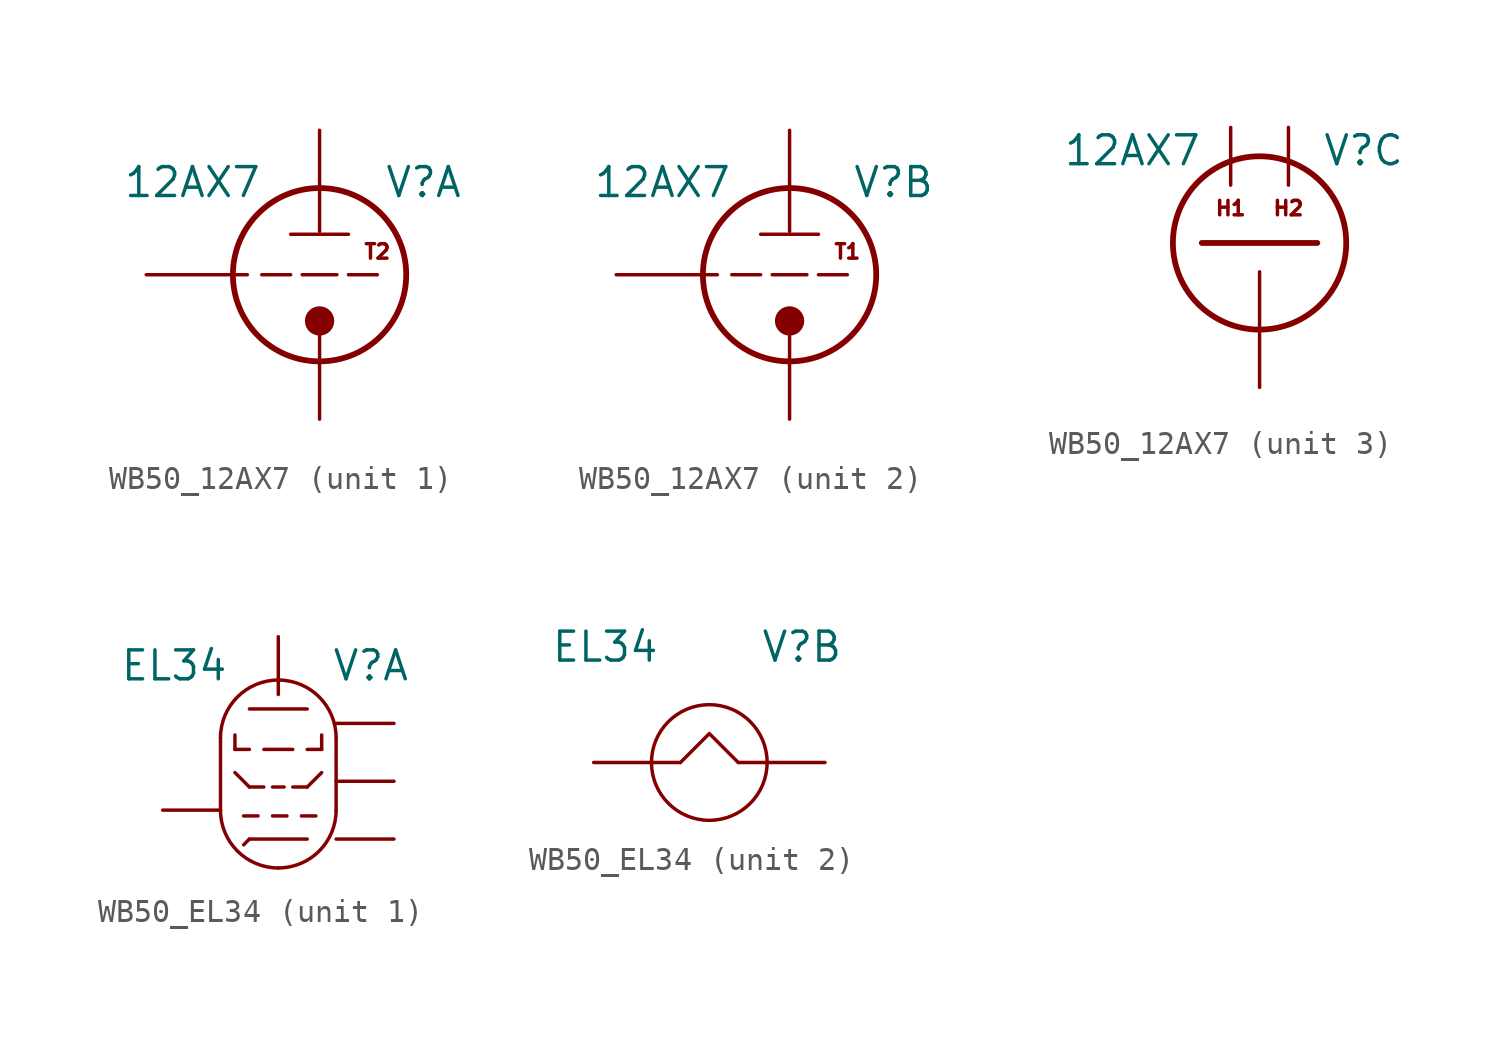
<source format=kicad_sym>
(kicad_symbol_lib
  (version 20241209)
  (generator "kicad_symbol_editor")
  (generator_version "9.0")
  (symbol "WB50_12AX7"
    (pin_numbers
      (hide yes))
    (pin_names
      (offset 1.016)
      (hide yes))
    (property "Reference" "V"
      (at 4.572 4.064 0)
      (do_not_autoplace)
      (effects (font (size 1.27 1.27))))
    (property "Value" "12AX7"
      (at -5.588 4.064 0)
      (do_not_autoplace)
      (effects (font (size 1.27 1.27))))
    (property "ki_locked" ""
      (at 0 0 0)
      (effects (font (size 1.27 1.27))))
    (symbol "WB50_12AX7_0_1"
      (circle (center 0 0) (radius 3.81) (stroke (width 0.254) (type default)) (fill (type none))))
    (symbol "WB50_12AX7_1_1"
      (polyline (pts (xy -3.81 0) (xy -3.175 0)) (stroke (width 0) (type default)) (fill (type none)))
      (polyline (pts (xy -2.54 0) (xy -1.27 0)) (stroke (width 0) (type default)) (fill (type none)))
      (polyline (pts (xy -1.27 1.778) (xy 1.27 1.778)) (stroke (width 0) (type default)) (fill (type none)))
      (polyline (pts (xy -0.762 0) (xy 0.762 0)) (stroke (width 0) (type default)) (fill (type none)))
      (polyline (pts (xy 0 1.905) (xy 0 3.81)) (stroke (width 0) (type default)) (fill (type none)))
      (circle (center 0 -2.032) (radius 0.568) (stroke (width 0) (type default)) (fill (type outline)))
      (polyline (pts (xy 0 -2.54) (xy 0 -3.81)) (stroke (width 0) (type default)) (fill (type none)))
      (polyline (pts (xy 1.27 0) (xy 2.54 0)) (stroke (width 0) (type default)) (fill (type none)))
      (text "T2" (at 2.54 1.016 0) (effects (font (size 0.635 0.635))))
      (pin passive line (at -7.62 0 0) (length 3.81) (name "G" (effects (font (size 1.27 1.27)))) (number "2" (effects (font (size 1.27 1.27)))))
      (pin passive line (at 0 6.35 270) (length 2.54) (name "A/P" (effects (font (size 1.27 1.27)))) (number "1" (effects (font (size 1.27 1.27)))))
      (pin passive line (at 0 -6.35 90) (length 2.54) (name "C/K" (effects (font (size 1.27 1.27)))) (number "3" (effects (font (size 1.27 1.27))))))
    (symbol "WB50_12AX7_2_1"
      (polyline (pts (xy -3.81 0) (xy -3.175 0)) (stroke (width 0) (type default)) (fill (type none)))
      (polyline (pts (xy -2.54 0) (xy -1.27 0)) (stroke (width 0) (type default)) (fill (type none)))
      (polyline (pts (xy -1.27 1.778) (xy 1.27 1.778)) (stroke (width 0) (type default)) (fill (type none)))
      (polyline (pts (xy -0.762 0) (xy 0.762 0)) (stroke (width 0) (type default)) (fill (type none)))
      (polyline (pts (xy 0 1.905) (xy 0 3.81)) (stroke (width 0) (type default)) (fill (type none)))
      (circle (center 0 -2.032) (radius 0.568) (stroke (width 0) (type default)) (fill (type outline)))
      (polyline (pts (xy 0 -2.54) (xy 0 -3.81)) (stroke (width 0) (type default)) (fill (type none)))
      (polyline (pts (xy 1.27 0) (xy 2.54 0)) (stroke (width 0) (type default)) (fill (type none)))
      (text "T1\n" (at 2.54 1.016 0) (effects (font (size 0.635 0.635))))
      (pin passive line (at -7.62 0 0) (length 3.81) (name "G" (effects (font (size 1.27 1.27)))) (number "7" (effects (font (size 1.27 1.27)))))
      (pin passive line (at 0 6.35 270) (length 2.54) (name "A/P" (effects (font (size 1.27 1.27)))) (number "6" (effects (font (size 1.27 1.27)))))
      (pin passive line (at 0 -6.35 90) (length 2.54) (name "C/K" (effects (font (size 1.27 1.27)))) (number "8" (effects (font (size 1.27 1.27))))))
    (symbol "WB50_12AX7_3_1"
      (polyline (pts (xy -2.54 0) (xy 2.54 0)) (stroke (width 0.254) (type default)) (fill (type none)))
      (text "H1" (at -1.27 1.524 0) (effects (font (size 0.635 0.635))))
      (text "H2" (at 1.27 1.524 0) (effects (font (size 0.635 0.635))))
      (pin passive line (at -1.27 5.08 270) (length 2.54) (name "H2" (effects (font (size 1.27 1.27)))) (number "5" (effects (font (size 1.27 1.27)))))
      (pin passive line (at 0 -6.35 90) (length 5.08) (name "CT" (effects (font (size 1.27 1.27)))) (number "9" (effects (font (size 1.27 1.27)))))
      (pin passive line (at 1.27 5.08 270) (length 2.54) (name "H1" (effects (font (size 1.27 1.27)))) (number "4" (effects (font (size 1.27 1.27)))))))
  (symbol "WB50_EL34"
    (pin_numbers
      (hide yes))
    (pin_names
      (offset 1.016)
      (hide yes))
    (property "Reference" "V"
      (at 4.064 5.08 0)
      (do_not_autoplace)
      (effects (font (size 1.27 1.27))))
    (property "Value" "EL34"
      (at -4.572 5.08 0)
      (do_not_autoplace)
      (effects (font (size 1.27 1.27))))
    (property "ki_locked" ""
      (at 0 0 0)
      (effects (font (size 1.27 1.27))))
    (symbol "WB50_EL34_1_1"
      (polyline (pts (xy -2.54 1.905) (xy -2.54 -1.27)) (stroke (width 0) (type default)) (fill (type none)))
      (polyline (pts (xy -1.905 1.397) (xy -1.905 2.032)) (stroke (width 0) (type default)) (fill (type none)))
      (polyline (pts (xy -1.905 1.397) (xy -1.27 1.397)) (stroke (width 0) (type default)) (fill (type none)))
      (polyline (pts (xy -1.905 0.381) (xy -1.27 -0.254)) (stroke (width 0) (type default)) (fill (type none)))
      (polyline (pts (xy -1.524 -1.524) (xy -0.889 -1.524)) (stroke (width 0) (type default)) (fill (type none)))
      (polyline (pts (xy -1.27 3.175) (xy 1.27 3.175)) (stroke (width 0) (type default)) (fill (type none)))
      (polyline (pts (xy -1.27 -0.254) (xy -0.635 -0.254)) (stroke (width 0) (type default)) (fill (type none)))
      (polyline (pts (xy -1.27 -2.54) (xy -1.524 -2.794)) (stroke (width 0) (type default)) (fill (type none)))
      (polyline (pts (xy -0.635 1.397) (xy 0.635 1.397)) (stroke (width 0) (type default)) (fill (type none)))
      (polyline (pts (xy -0.254 -0.254) (xy 0.254 -0.254)) (stroke (width 0) (type default)) (fill (type none)))
      (polyline (pts (xy -0.254 -1.524) (xy 0.381 -1.524)) (stroke (width 0) (type default)) (fill (type none)))
      (arc (start -0.0002 -3.8098) (mid -1.7963 -3.0659) (end -2.5402 -1.2698) (stroke (width 0) (type default)) (fill (type none)))
      (arc (start -2.54 1.905) (mid -1.7961 3.7011) (end 0 4.445) (stroke (width 0) (type default)) (fill (type none)))
      (arc (start 0 4.445) (mid 1.7961 3.7011) (end 2.54 1.905) (stroke (width 0) (type default)) (fill (type none)))
      (arc (start 2.5398 -1.2698) (mid 1.7959 -3.0659) (end -0.0002 -3.8098) (stroke (width 0) (type default)) (fill (type none)))
      (polyline (pts (xy 1.016 -1.524) (xy 1.651 -1.524)) (stroke (width 0) (type default)) (fill (type none)))
      (polyline (pts (xy 1.27 -0.254) (xy 0.635 -0.254)) (stroke (width 0) (type default)) (fill (type none)))
      (polyline (pts (xy 1.27 -0.254) (xy 1.905 0.381)) (stroke (width 0) (type default)) (fill (type none)))
      (polyline (pts (xy 1.27 -2.54) (xy -1.27 -2.54)) (stroke (width 0) (type default)) (fill (type none)))
      (polyline (pts (xy 1.905 2.032) (xy 1.905 1.397)) (stroke (width 0) (type default)) (fill (type none)))
      (polyline (pts (xy 1.905 1.397) (xy 1.27 1.397)) (stroke (width 0) (type default)) (fill (type none)))
      (polyline (pts (xy 2.54 1.905) (xy 2.54 -1.27)) (stroke (width 0) (type default)) (fill (type none)))
      (pin passive line (at -5.08 -1.27 0) (length 2.54) (name "g1" (effects (font (size 1.27 1.27)))) (number "5" (effects (font (size 1.27 1.27)))))
      (pin passive line (at 0 6.35 270) (length 2.54) (name "a" (effects (font (size 1.27 1.27)))) (number "3" (effects (font (size 1.27 1.27)))))
      (pin passive line (at 5.08 2.54 180) (length 2.54) (name "g3" (effects (font (size 1.27 1.27)))) (number "1" (effects (font (size 1.27 1.27)))))
      (pin passive line (at 5.08 0 180) (length 2.54) (name "g2" (effects (font (size 1.27 1.27)))) (number "4" (effects (font (size 1.27 1.27)))))
      (pin passive line (at 5.08 -2.54 180) (length 2.54) (name "k" (effects (font (size 1.27 1.27)))) (number "8" (effects (font (size 1.27 1.27))))))
    (symbol "WB50_EL34_2_1"
      (polyline (pts (xy -1.27 0) (xy -2.54 0)) (stroke (width 0) (type default)) (fill (type none)))
      (polyline (pts (xy -1.27 0) (xy 0 1.27) (xy 1.27 0)) (stroke (width 0) (type default)) (fill (type none)))
      (circle (center 0 0) (radius 2.54) (stroke (width 0) (type default)) (fill (type none)))
      (polyline (pts (xy 1.27 0) (xy 2.54 0)) (stroke (width 0) (type default)) (fill (type none)))
      (pin passive line (at -5.08 0 0) (length 2.54) (name "f" (effects (font (size 1.27 1.27)))) (number "2" (effects (font (size 1.27 1.27)))))
      (pin passive line (at 5.08 0 180) (length 2.54) (name "f" (effects (font (size 1.27 1.27)))) (number "7" (effects (font (size 1.27 1.27))))))))
</source>
